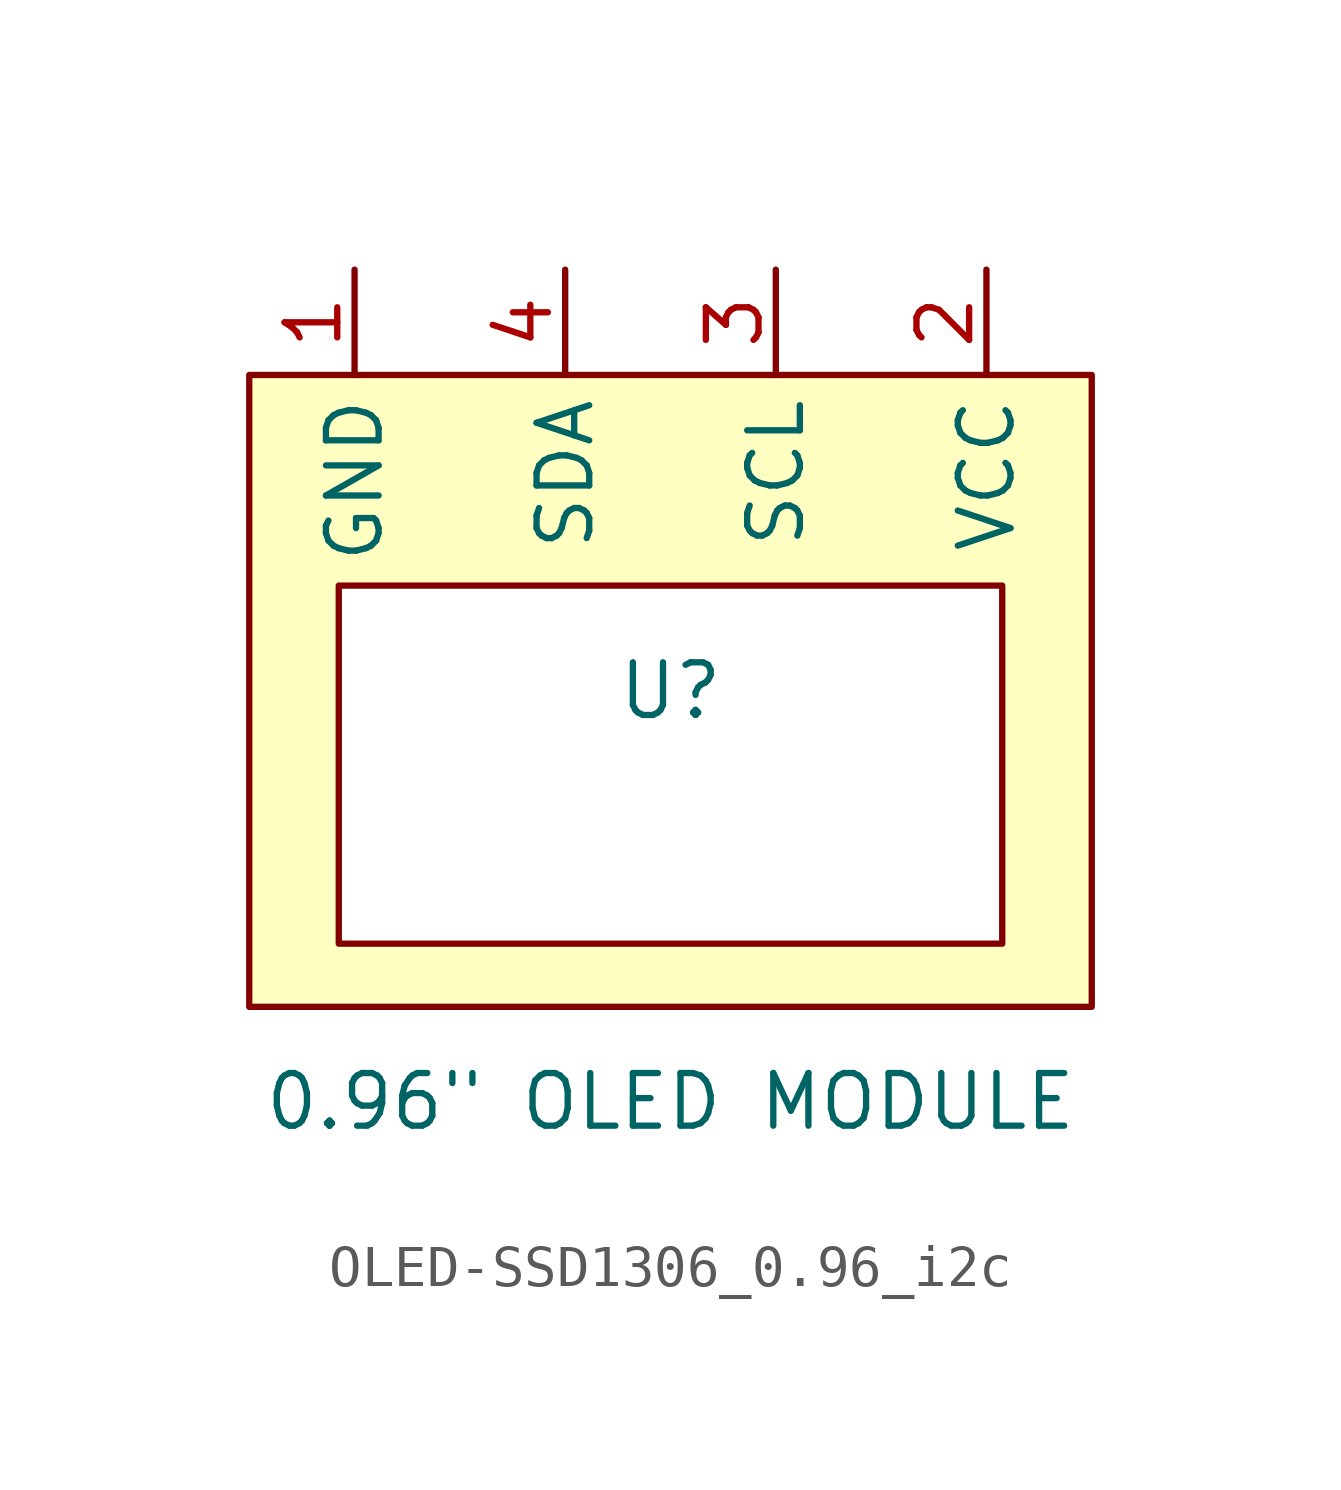
<source format=kicad_sym>
(kicad_symbol_lib
  (version 20220914)
  (generator kicad_symbol_editor)
  (symbol "OLED-SSD1306_0.96_i2c"
    (property "Reference" "U"
      (at 0 0 0)
      (effects (font (size 1.27 1.27))))
    (property "Value" "0.96\" OLED MODULE"
      (at 0 -9.906 0)
      (effects (font (size 1.27 1.27))))
    (symbol "OLED-SSD1306_0.96_i2c_0_1"
      (rectangle (start -10.16 7.62) (end 10.16 -7.62) (stroke (width 0) (type default)) (fill (type background)))
      (rectangle (start -8.001 2.54) (end 8.001 -6.096) (stroke (width 0) (type default)) (fill (type color) (color 255 255 255 1))))
    (symbol "OLED-SSD1306_0.96_i2c_1_1"
      (pin power_in line (at -7.62 10.16 270) (length 2.54) (name "GND" (effects (font (size 1.27 1.27)))) (number "1" (effects (font (size 1.27 1.27)))))
      (pin power_in line (at 7.62 10.16 270) (length 2.54) (name "VCC" (effects (font (size 1.27 1.27)))) (number "2" (effects (font (size 1.27 1.27)))))
      (pin bidirectional line (at 2.54 10.16 270) (length 2.54) (name "SCL" (effects (font (size 1.27 1.27)))) (number "3" (effects (font (size 1.27 1.27)))))
      (pin bidirectional line (at -2.54 10.16 270) (length 2.54) (name "SDA" (effects (font (size 1.27 1.27)))) (number "4" (effects (font (size 1.27 1.27))))))))
</source>
